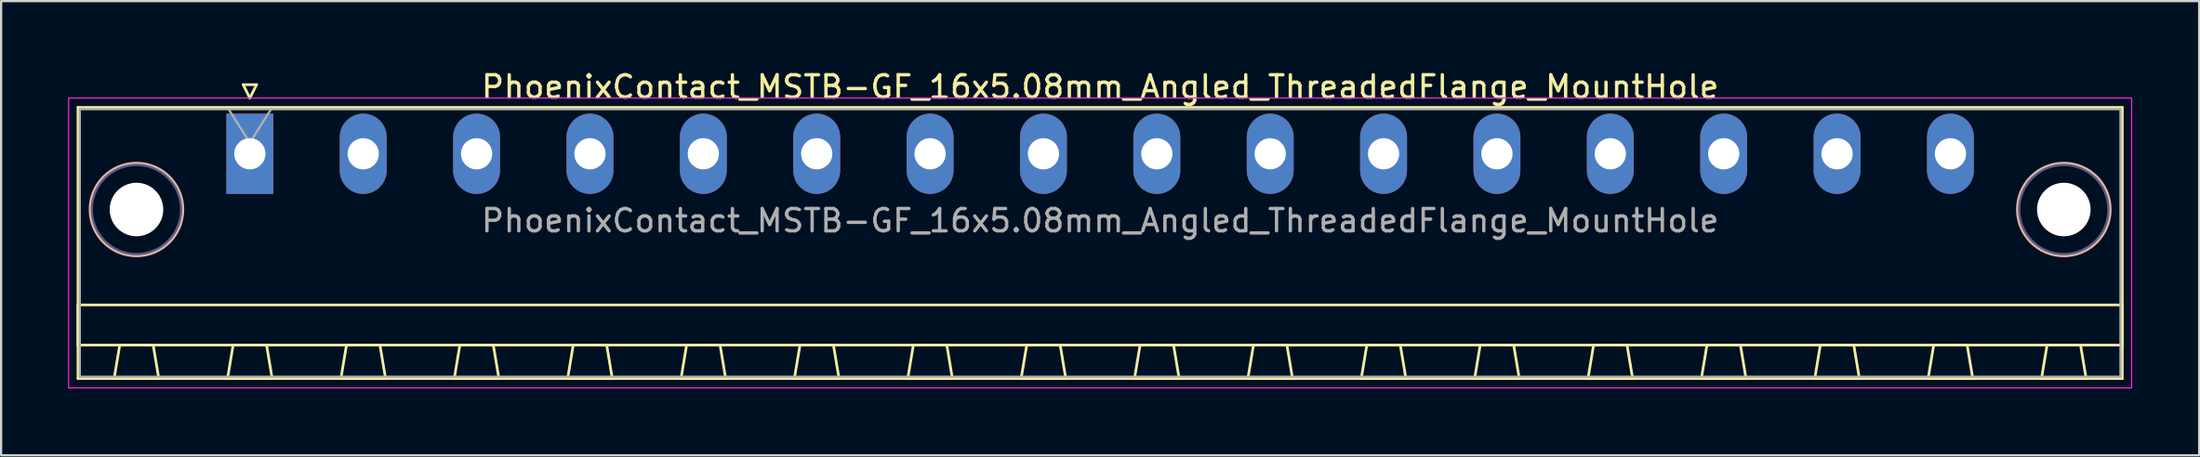
<source format=kicad_pcb>
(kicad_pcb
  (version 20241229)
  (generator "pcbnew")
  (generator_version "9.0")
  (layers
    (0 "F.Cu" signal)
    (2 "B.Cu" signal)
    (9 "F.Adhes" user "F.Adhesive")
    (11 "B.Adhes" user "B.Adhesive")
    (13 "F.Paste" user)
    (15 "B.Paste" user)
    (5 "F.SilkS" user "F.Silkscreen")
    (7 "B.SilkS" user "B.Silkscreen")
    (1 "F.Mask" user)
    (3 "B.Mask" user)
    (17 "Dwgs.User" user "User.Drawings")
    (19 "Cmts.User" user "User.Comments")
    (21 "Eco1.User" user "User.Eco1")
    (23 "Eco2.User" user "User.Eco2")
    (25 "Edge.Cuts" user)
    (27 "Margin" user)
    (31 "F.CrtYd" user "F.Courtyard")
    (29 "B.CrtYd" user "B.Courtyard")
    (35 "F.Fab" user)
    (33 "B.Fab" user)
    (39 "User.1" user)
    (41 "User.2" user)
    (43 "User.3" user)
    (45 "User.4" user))
  (footprint "PhoenixContact_MSTB-GF_16x5.08mm_Angled_ThreadedFlange_MountHole"
    (layer "F.Cu")
    (at 8.145 3.848)
    (property "Reference" "PhoenixContact_MSTB-GF_16x5.08mm_Angled_ThreadedFlange_MountHole" (at 38.1 -3 0) (layer "F.SilkS") (effects (font (size 1 1) (thickness 0.15))))
    (attr through_hole)
    (fp_line (start -7.7 -2.08) (end -7.7 10.08) (stroke (width 0.12) (type solid)) (layer "F.SilkS"))
    (fp_line (start -7.7 6.78) (end 83.9 6.78) (stroke (width 0.12) (type solid)) (layer "F.SilkS"))
    (fp_line (start -7.7 8.58) (end -7.7 6.78) (stroke (width 0.12) (type solid)) (layer "F.SilkS"))
    (fp_line (start -7.7 10.08) (end 83.9 10.08) (stroke (width 0.12) (type solid)) (layer "F.SilkS"))
    (fp_line (start -6.08 10.08) (end -4.08 10.08) (stroke (width 0.12) (type solid)) (layer "F.SilkS"))
    (fp_line (start -5.83 8.58) (end -6.08 10.08) (stroke (width 0.12) (type solid)) (layer "F.SilkS"))
    (fp_line (start -4.33 8.58) (end -5.83 8.58) (stroke (width 0.12) (type solid)) (layer "F.SilkS"))
    (fp_line (start -4.08 10.08) (end -4.33 8.58) (stroke (width 0.12) (type solid)) (layer "F.SilkS"))
    (fp_line (start -1 10.08) (end 1 10.08) (stroke (width 0.12) (type solid)) (layer "F.SilkS"))
    (fp_line (start -0.75 8.58) (end -1 10.08) (stroke (width 0.12) (type solid)) (layer "F.SilkS"))
    (fp_line (start -0.3 -3.1) (end 0.3 -3.1) (stroke (width 0.12) (type solid)) (layer "F.SilkS"))
    (fp_line (start 0 -2.5) (end -0.3 -3.1) (stroke (width 0.12) (type solid)) (layer "F.SilkS"))
    (fp_line (start 0.3 -3.1) (end 0 -2.5) (stroke (width 0.12) (type solid)) (layer "F.SilkS"))
    (fp_line (start 0.75 8.58) (end -0.75 8.58) (stroke (width 0.12) (type solid)) (layer "F.SilkS"))
    (fp_line (start 1 10.08) (end 0.75 8.58) (stroke (width 0.12) (type solid)) (layer "F.SilkS"))
    (fp_line (start 4.08 10.08) (end 6.08 10.08) (stroke (width 0.12) (type solid)) (layer "F.SilkS"))
    (fp_line (start 4.33 8.58) (end 4.08 10.08) (stroke (width 0.12) (type solid)) (layer "F.SilkS"))
    (fp_line (start 5.83 8.58) (end 4.33 8.58) (stroke (width 0.12) (type solid)) (layer "F.SilkS"))
    (fp_line (start 6.08 10.08) (end 5.83 8.58) (stroke (width 0.12) (type solid)) (layer "F.SilkS"))
    (fp_line (start 9.16 10.08) (end 11.16 10.08) (stroke (width 0.12) (type solid)) (layer "F.SilkS"))
    (fp_line (start 9.41 8.58) (end 9.16 10.08) (stroke (width 0.12) (type solid)) (layer "F.SilkS"))
    (fp_line (start 10.91 8.58) (end 9.41 8.58) (stroke (width 0.12) (type solid)) (layer "F.SilkS"))
    (fp_line (start 11.16 10.08) (end 10.91 8.58) (stroke (width 0.12) (type solid)) (layer "F.SilkS"))
    (fp_line (start 14.24 10.08) (end 16.24 10.08) (stroke (width 0.12) (type solid)) (layer "F.SilkS"))
    (fp_line (start 14.49 8.58) (end 14.24 10.08) (stroke (width 0.12) (type solid)) (layer "F.SilkS"))
    (fp_line (start 15.99 8.58) (end 14.49 8.58) (stroke (width 0.12) (type solid)) (layer "F.SilkS"))
    (fp_line (start 16.24 10.08) (end 15.99 8.58) (stroke (width 0.12) (type solid)) (layer "F.SilkS"))
    (fp_line (start 19.32 10.08) (end 21.32 10.08) (stroke (width 0.12) (type solid)) (layer "F.SilkS"))
    (fp_line (start 19.57 8.58) (end 19.32 10.08) (stroke (width 0.12) (type solid)) (layer "F.SilkS"))
    (fp_line (start 21.07 8.58) (end 19.57 8.58) (stroke (width 0.12) (type solid)) (layer "F.SilkS"))
    (fp_line (start 21.32 10.08) (end 21.07 8.58) (stroke (width 0.12) (type solid)) (layer "F.SilkS"))
    (fp_line (start 24.4 10.08) (end 26.4 10.08) (stroke (width 0.12) (type solid)) (layer "F.SilkS"))
    (fp_line (start 24.65 8.58) (end 24.4 10.08) (stroke (width 0.12) (type solid)) (layer "F.SilkS"))
    (fp_line (start 26.15 8.58) (end 24.65 8.58) (stroke (width 0.12) (type solid)) (layer "F.SilkS"))
    (fp_line (start 26.4 10.08) (end 26.15 8.58) (stroke (width 0.12) (type solid)) (layer "F.SilkS"))
    (fp_line (start 29.48 10.08) (end 31.48 10.08) (stroke (width 0.12) (type solid)) (layer "F.SilkS"))
    (fp_line (start 29.73 8.58) (end 29.48 10.08) (stroke (width 0.12) (type solid)) (layer "F.SilkS"))
    (fp_line (start 31.23 8.58) (end 29.73 8.58) (stroke (width 0.12) (type solid)) (layer "F.SilkS"))
    (fp_line (start 31.48 10.08) (end 31.23 8.58) (stroke (width 0.12) (type solid)) (layer "F.SilkS"))
    (fp_line (start 34.56 10.08) (end 36.56 10.08) (stroke (width 0.12) (type solid)) (layer "F.SilkS"))
    (fp_line (start 34.81 8.58) (end 34.56 10.08) (stroke (width 0.12) (type solid)) (layer "F.SilkS"))
    (fp_line (start 36.31 8.58) (end 34.81 8.58) (stroke (width 0.12) (type solid)) (layer "F.SilkS"))
    (fp_line (start 36.56 10.08) (end 36.31 8.58) (stroke (width 0.12) (type solid)) (layer "F.SilkS"))
    (fp_line (start 39.64 10.08) (end 41.64 10.08) (stroke (width 0.12) (type solid)) (layer "F.SilkS"))
    (fp_line (start 39.89 8.58) (end 39.64 10.08) (stroke (width 0.12) (type solid)) (layer "F.SilkS"))
    (fp_line (start 41.39 8.58) (end 39.89 8.58) (stroke (width 0.12) (type solid)) (layer "F.SilkS"))
    (fp_line (start 41.64 10.08) (end 41.39 8.58) (stroke (width 0.12) (type solid)) (layer "F.SilkS"))
    (fp_line (start 44.72 10.08) (end 46.72 10.08) (stroke (width 0.12) (type solid)) (layer "F.SilkS"))
    (fp_line (start 44.97 8.58) (end 44.72 10.08) (stroke (width 0.12) (type solid)) (layer "F.SilkS"))
    (fp_line (start 46.47 8.58) (end 44.97 8.58) (stroke (width 0.12) (type solid)) (layer "F.SilkS"))
    (fp_line (start 46.72 10.08) (end 46.47 8.58) (stroke (width 0.12) (type solid)) (layer "F.SilkS"))
    (fp_line (start 49.8 10.08) (end 51.8 10.08) (stroke (width 0.12) (type solid)) (layer "F.SilkS"))
    (fp_line (start 50.05 8.58) (end 49.8 10.08) (stroke (width 0.12) (type solid)) (layer "F.SilkS"))
    (fp_line (start 51.55 8.58) (end 50.05 8.58) (stroke (width 0.12) (type solid)) (layer "F.SilkS"))
    (fp_line (start 51.8 10.08) (end 51.55 8.58) (stroke (width 0.12) (type solid)) (layer "F.SilkS"))
    (fp_line (start 54.88 10.08) (end 56.88 10.08) (stroke (width 0.12) (type solid)) (layer "F.SilkS"))
    (fp_line (start 55.13 8.58) (end 54.88 10.08) (stroke (width 0.12) (type solid)) (layer "F.SilkS"))
    (fp_line (start 56.63 8.58) (end 55.13 8.58) (stroke (width 0.12) (type solid)) (layer "F.SilkS"))
    (fp_line (start 56.88 10.08) (end 56.63 8.58) (stroke (width 0.12) (type solid)) (layer "F.SilkS"))
    (fp_line (start 59.96 10.08) (end 61.96 10.08) (stroke (width 0.12) (type solid)) (layer "F.SilkS"))
    (fp_line (start 60.21 8.58) (end 59.96 10.08) (stroke (width 0.12) (type solid)) (layer "F.SilkS"))
    (fp_line (start 61.71 8.58) (end 60.21 8.58) (stroke (width 0.12) (type solid)) (layer "F.SilkS"))
    (fp_line (start 61.96 10.08) (end 61.71 8.58) (stroke (width 0.12) (type solid)) (layer "F.SilkS"))
    (fp_line (start 65.04 10.08) (end 67.04 10.08) (stroke (width 0.12) (type solid)) (layer "F.SilkS"))
    (fp_line (start 65.29 8.58) (end 65.04 10.08) (stroke (width 0.12) (type solid)) (layer "F.SilkS"))
    (fp_line (start 66.79 8.58) (end 65.29 8.58) (stroke (width 0.12) (type solid)) (layer "F.SilkS"))
    (fp_line (start 67.04 10.08) (end 66.79 8.58) (stroke (width 0.12) (type solid)) (layer "F.SilkS"))
    (fp_line (start 70.12 10.08) (end 72.12 10.08) (stroke (width 0.12) (type solid)) (layer "F.SilkS"))
    (fp_line (start 70.37 8.58) (end 70.12 10.08) (stroke (width 0.12) (type solid)) (layer "F.SilkS"))
    (fp_line (start 71.87 8.58) (end 70.37 8.58) (stroke (width 0.12) (type solid)) (layer "F.SilkS"))
    (fp_line (start 72.12 10.08) (end 71.87 8.58) (stroke (width 0.12) (type solid)) (layer "F.SilkS"))
    (fp_line (start 75.2 10.08) (end 77.2 10.08) (stroke (width 0.12) (type solid)) (layer "F.SilkS"))
    (fp_line (start 75.45 8.58) (end 75.2 10.08) (stroke (width 0.12) (type solid)) (layer "F.SilkS"))
    (fp_line (start 76.95 8.58) (end 75.45 8.58) (stroke (width 0.12) (type solid)) (layer "F.SilkS"))
    (fp_line (start 77.2 10.08) (end 76.95 8.58) (stroke (width 0.12) (type solid)) (layer "F.SilkS"))
    (fp_line (start 80.28 10.08) (end 82.28 10.08) (stroke (width 0.12) (type solid)) (layer "F.SilkS"))
    (fp_line (start 80.53 8.58) (end 80.28 10.08) (stroke (width 0.12) (type solid)) (layer "F.SilkS"))
    (fp_line (start 82.03 8.58) (end 80.53 8.58) (stroke (width 0.12) (type solid)) (layer "F.SilkS"))
    (fp_line (start 82.28 10.08) (end 82.03 8.58) (stroke (width 0.12) (type solid)) (layer "F.SilkS"))
    (fp_line (start 83.9 -2.08) (end -7.7 -2.08) (stroke (width 0.12) (type solid)) (layer "F.SilkS"))
    (fp_line (start 83.9 6.78) (end 83.9 8.58) (stroke (width 0.12) (type solid)) (layer "F.SilkS"))
    (fp_line (start 83.9 8.58) (end -7.7 8.58) (stroke (width 0.12) (type solid)) (layer "F.SilkS"))
    (fp_line (start 83.9 10.08) (end 83.9 -2.08) (stroke (width 0.12) (type solid)) (layer "F.SilkS"))
    (fp_circle (center -5.08 2.5) (end -3 2.5) (stroke (width 0.12) (type solid)) (fill no) (layer "B.SilkS"))
    (fp_circle (center 81.28 2.5) (end 83.36 2.5) (stroke (width 0.12) (type solid)) (fill no) (layer "B.SilkS"))
    (fp_line (start -8.12 -2.5) (end -8.12 10.5) (stroke (width 0.05) (type solid)) (layer "F.CrtYd"))
    (fp_line (start -8.12 10.5) (end 84.32 10.5) (stroke (width 0.05) (type solid)) (layer "F.CrtYd"))
    (fp_line (start 84.32 -2.5) (end -8.12 -2.5) (stroke (width 0.05) (type solid)) (layer "F.CrtYd"))
    (fp_line (start 84.32 10.5) (end 84.32 -2.5) (stroke (width 0.05) (type solid)) (layer "F.CrtYd"))
    (fp_circle (center -5.08 2.5) (end -3.08 2.5) (stroke (width 0.1) (type solid)) (fill no) (layer "B.Fab"))
    (fp_circle (center 81.28 2.5) (end 83.28 2.5) (stroke (width 0.1) (type solid)) (fill no) (layer "B.Fab"))
    (fp_line (start -7.62 -2) (end -7.62 10) (stroke (width 0.1) (type solid)) (layer "F.Fab"))
    (fp_line (start -7.62 10) (end 83.82 10) (stroke (width 0.1) (type solid)) (layer "F.Fab"))
    (fp_line (start 0 -0.5) (end -0.95 -2) (stroke (width 0.1) (type solid)) (layer "F.Fab"))
    (fp_line (start 0.95 -2) (end 0 -0.5) (stroke (width 0.1) (type solid)) (layer "F.Fab"))
    (fp_line (start 83.82 -2) (end -7.62 -2) (stroke (width 0.1) (type solid)) (layer "F.Fab"))
    (fp_line (start 83.82 10) (end 83.82 -2) (stroke (width 0.1) (type solid)) (layer "F.Fab"))
    (fp_text user "${REFERENCE}" (at 38.1 3 0) (layer "F.Fab") (effects (font (size 1 1) (thickness 0.15))))
    (pad "" np_thru_hole circle (at -5.08 2.5) (size 2.4 2.4) (drill 2.4) (layers "*.Cu" "*.Mask"))
    (pad "" np_thru_hole circle (at 81.28 2.5) (size 2.4 2.4) (drill 2.4) (layers "*.Cu" "*.Mask"))
    (pad "1" thru_hole rect (at 0 0) (size 2.1 3.6) (drill 1.4) (layers "*.Cu" "*.Mask"))
    (pad "2" thru_hole oval (at 5.08 0) (size 2.1 3.6) (drill 1.4) (layers "*.Cu" "*.Mask"))
    (pad "3" thru_hole oval (at 10.16 0) (size 2.1 3.6) (drill 1.4) (layers "*.Cu" "*.Mask"))
    (pad "4" thru_hole oval (at 15.24 0) (size 2.1 3.6) (drill 1.4) (layers "*.Cu" "*.Mask"))
    (pad "5" thru_hole oval (at 20.32 0) (size 2.1 3.6) (drill 1.4) (layers "*.Cu" "*.Mask"))
    (pad "6" thru_hole oval (at 25.4 0) (size 2.1 3.6) (drill 1.4) (layers "*.Cu" "*.Mask"))
    (pad "7" thru_hole oval (at 30.48 0) (size 2.1 3.6) (drill 1.4) (layers "*.Cu" "*.Mask"))
    (pad "8" thru_hole oval (at 35.56 0) (size 2.1 3.6) (drill 1.4) (layers "*.Cu" "*.Mask"))
    (pad "9" thru_hole oval (at 40.64 0) (size 2.1 3.6) (drill 1.4) (layers "*.Cu" "*.Mask"))
    (pad "10" thru_hole oval (at 45.72 0) (size 2.1 3.6) (drill 1.4) (layers "*.Cu" "*.Mask"))
    (pad "11" thru_hole oval (at 50.8 0) (size 2.1 3.6) (drill 1.4) (layers "*.Cu" "*.Mask"))
    (pad "12" thru_hole oval (at 55.88 0) (size 2.1 3.6) (drill 1.4) (layers "*.Cu" "*.Mask"))
    (pad "13" thru_hole oval (at 60.96 0) (size 2.1 3.6) (drill 1.4) (layers "*.Cu" "*.Mask"))
    (pad "14" thru_hole oval (at 66.04 0) (size 2.1 3.6) (drill 1.4) (layers "*.Cu" "*.Mask"))
    (pad "15" thru_hole oval (at 71.12 0) (size 2.1 3.6) (drill 1.4) (layers "*.Cu" "*.Mask"))
    (pad "16" thru_hole oval (at 76.2 0) (size 2.1 3.6) (drill 1.4) (layers "*.Cu" "*.Mask")))
  (gr_rect
    (start -3 -3)
    (end 95.49 17.373)
    (stroke (width 0.1) (type default))
    (fill no)
    (layer "Edge.Cuts")))
</source>
